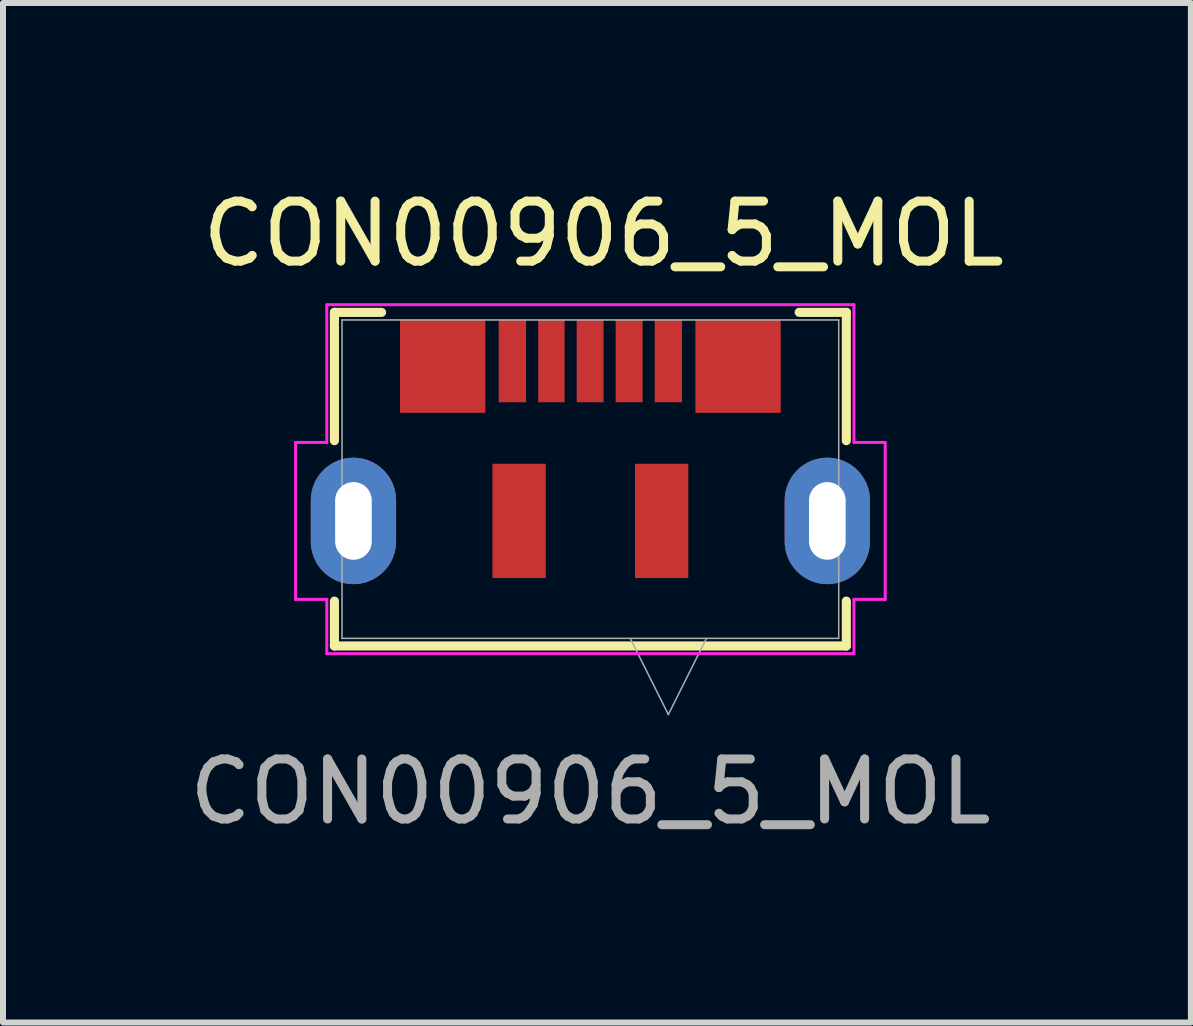
<source format=kicad_pcb>
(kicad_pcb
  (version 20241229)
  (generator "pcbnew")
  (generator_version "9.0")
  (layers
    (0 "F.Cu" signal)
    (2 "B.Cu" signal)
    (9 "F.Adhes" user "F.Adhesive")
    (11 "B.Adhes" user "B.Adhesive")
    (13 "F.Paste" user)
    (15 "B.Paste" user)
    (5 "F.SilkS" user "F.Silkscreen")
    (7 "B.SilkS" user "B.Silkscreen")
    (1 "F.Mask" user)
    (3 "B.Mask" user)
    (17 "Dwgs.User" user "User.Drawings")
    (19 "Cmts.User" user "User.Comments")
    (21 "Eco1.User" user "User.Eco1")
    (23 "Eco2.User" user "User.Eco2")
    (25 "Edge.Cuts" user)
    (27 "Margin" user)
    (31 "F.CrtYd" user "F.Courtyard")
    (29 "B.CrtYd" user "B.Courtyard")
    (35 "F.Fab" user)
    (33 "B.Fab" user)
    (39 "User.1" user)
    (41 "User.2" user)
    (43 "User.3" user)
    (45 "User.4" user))
  (footprint "CON00906_5_MOL"
    (layer "F.Cu")
    (at 6.792 4.938)
    (property "Reference" "CON00906_5_MOL" (at 0.22 -4.09 0) (unlocked yes) (layer "F.SilkS") (effects (font (size 1 1) (thickness 0.15))))
    (attr smd)
    (fp_line (start -4.267 -2.781) (end -4.267 -0.642) (stroke (width 0.152) (type solid)) (layer "F.SilkS"))
    (fp_line (start -4.267 2.033) (end -4.267 2.781) (stroke (width 0.152) (type solid)) (layer "F.SilkS"))
    (fp_line (start -4.267 2.781) (end 4.267 2.781) (stroke (width 0.152) (type solid)) (layer "F.SilkS"))
    (fp_line (start -3.481 -2.781) (end -4.267 -2.781) (stroke (width 0.152) (type solid)) (layer "F.SilkS"))
    (fp_line (start 4.267 -2.781) (end 3.481 -2.781) (stroke (width 0.152) (type solid)) (layer "F.SilkS"))
    (fp_line (start 4.267 -0.642) (end 4.267 -2.781) (stroke (width 0.152) (type solid)) (layer "F.SilkS"))
    (fp_line (start 4.267 2.781) (end 4.267 2.033) (stroke (width 0.152) (type solid)) (layer "F.SilkS"))
    (fp_line (start -4.915 -0.612) (end -4.915 2.004) (stroke (width 0.05) (type solid)) (layer "F.CrtYd"))
    (fp_line (start -4.915 2.004) (end -4.394 2.004) (stroke (width 0.05) (type solid)) (layer "F.CrtYd"))
    (fp_line (start -4.394 -2.908) (end -4.394 -0.612) (stroke (width 0.05) (type solid)) (layer "F.CrtYd"))
    (fp_line (start -4.394 -0.612) (end -4.915 -0.612) (stroke (width 0.05) (type solid)) (layer "F.CrtYd"))
    (fp_line (start -4.394 2.004) (end -4.394 2.908) (stroke (width 0.05) (type solid)) (layer "F.CrtYd"))
    (fp_line (start -4.394 2.908) (end 4.394 2.908) (stroke (width 0.05) (type solid)) (layer "F.CrtYd"))
    (fp_line (start 4.394 -2.908) (end -4.394 -2.908) (stroke (width 0.05) (type solid)) (layer "F.CrtYd"))
    (fp_line (start 4.394 -0.612) (end 4.394 -2.908) (stroke (width 0.05) (type solid)) (layer "F.CrtYd"))
    (fp_line (start 4.394 2.004) (end 4.915 2.004) (stroke (width 0.05) (type solid)) (layer "F.CrtYd"))
    (fp_line (start 4.394 2.908) (end 4.394 2.004) (stroke (width 0.05) (type solid)) (layer "F.CrtYd"))
    (fp_line (start 4.915 -0.612) (end 4.394 -0.612) (stroke (width 0.05) (type solid)) (layer "F.CrtYd"))
    (fp_line (start 4.915 2.004) (end 4.915 -0.612) (stroke (width 0.05) (type solid)) (layer "F.CrtYd"))
    (fp_line (start -4.14 -2.654) (end -4.14 2.654) (stroke (width 0.025) (type solid)) (layer "F.Fab"))
    (fp_line (start -4.14 2.654) (end 4.14 2.654) (stroke (width 0.025) (type solid)) (layer "F.Fab"))
    (fp_line (start 0.665 2.654) (end 1.3 3.924) (stroke (width 0.025) (type solid)) (layer "F.Fab"))
    (fp_line (start 1.935 2.654) (end 1.3 3.924) (stroke (width 0.025) (type solid)) (layer "F.Fab"))
    (fp_line (start 4.14 -2.654) (end -4.14 -2.654) (stroke (width 0.025) (type solid)) (layer "F.Fab"))
    (fp_line (start 4.14 2.654) (end 4.14 -2.654) (stroke (width 0.025) (type solid)) (layer "F.Fab"))
    (fp_text user "${REFERENCE}" (at 0 5.21 0) (unlocked yes) (layer "F.Fab") (effects (font (size 1 1) (thickness 0.15))))
    (pad "1" smd rect (at 1.3 -1.968) (size 0.457 1.372) (layers "F.Cu" "F.Mask" "F.Paste"))
    (pad "2" smd rect (at 0.646 -1.968) (size 0.449 1.372) (layers "F.Cu" "F.Mask" "F.Paste"))
    (pad "3" smd rect (at -0.004 -1.968) (size 0.449 1.372) (layers "F.Cu" "F.Mask" "F.Paste"))
    (pad "4" smd rect (at -0.65 -1.968) (size 0.44 1.372) (layers "F.Cu" "F.Mask" "F.Paste"))
    (pad "5" smd rect (at -1.3 -1.968) (size 0.457 1.372) (layers "F.Cu" "F.Mask" "F.Paste"))
    (pad "6" thru_hole oval (at -3.95 0.696 90) (size 2.108 1.422) (drill oval 1.295 0.61) (layers "*.Cu" "*.Mask"))
    (pad "6" smd rect (at -2.462 -1.88 90) (size 1.549 1.422) (layers "F.Cu" "F.Mask" "F.Paste"))
    (pad "6" smd rect (at -1.188 0.696) (size 0.889 1.905) (layers "F.Cu" "F.Mask" "F.Paste"))
    (pad "6" smd rect (at 1.188 0.696) (size 0.889 1.905) (layers "F.Cu" "F.Mask" "F.Paste"))
    (pad "6" smd rect (at 2.462 -1.88 90) (size 1.549 1.422) (layers "F.Cu" "F.Mask" "F.Paste"))
    (pad "6" thru_hole oval (at 3.95 0.696 90) (size 2.108 1.422) (drill oval 1.295 0.61) (layers "*.Cu" "*.Mask")))
  (gr_rect
    (start -3 -3)
    (end 16.803 13.996)
    (stroke (width 0.1) (type default))
    (fill no)
    (layer "Edge.Cuts")))
</source>
